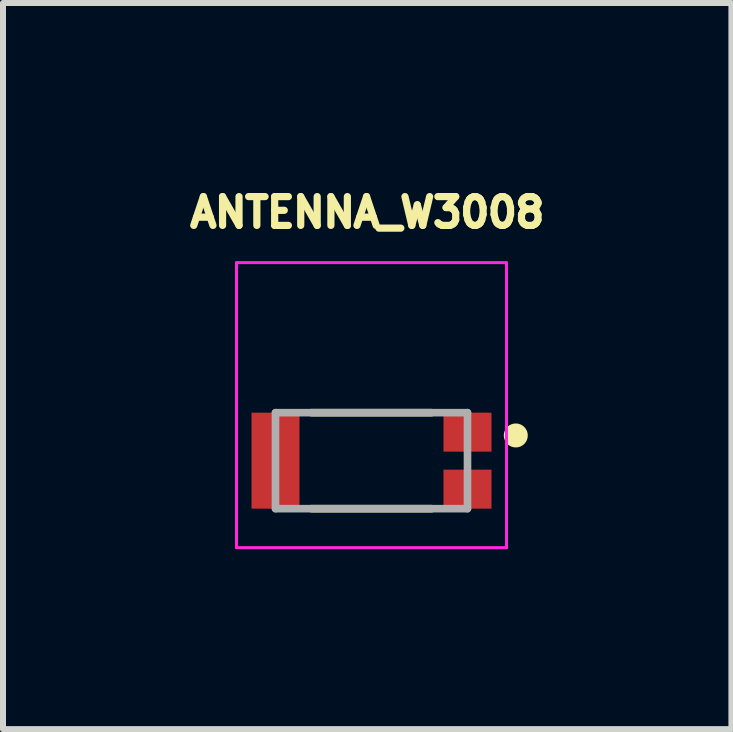
<source format=kicad_pcb>
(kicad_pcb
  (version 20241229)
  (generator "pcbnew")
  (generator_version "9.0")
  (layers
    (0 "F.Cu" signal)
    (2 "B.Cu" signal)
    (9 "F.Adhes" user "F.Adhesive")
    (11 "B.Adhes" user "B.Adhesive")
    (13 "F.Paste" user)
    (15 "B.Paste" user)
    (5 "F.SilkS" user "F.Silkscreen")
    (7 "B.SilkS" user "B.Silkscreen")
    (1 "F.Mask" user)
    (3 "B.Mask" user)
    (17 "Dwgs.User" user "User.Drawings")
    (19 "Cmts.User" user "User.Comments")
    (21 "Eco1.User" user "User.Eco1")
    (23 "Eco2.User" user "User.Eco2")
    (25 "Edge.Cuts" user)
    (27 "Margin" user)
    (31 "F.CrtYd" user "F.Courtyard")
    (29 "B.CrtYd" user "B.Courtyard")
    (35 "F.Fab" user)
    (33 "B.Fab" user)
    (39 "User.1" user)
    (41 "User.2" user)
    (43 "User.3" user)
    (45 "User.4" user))
  (footprint "ANTENNA_W3008"
    (layer "F.Cu")
    (at 3.142 4.628)
    (property "Reference" "ANTENNA_W3008" (at -0.071 -4.137 0) (layer "F.SilkS") (effects (font (size 0.48 0.48) (thickness 0.15))))
    (attr smd)
    (fp_line (start -1 -0.8) (end 1 -0.8) (stroke (width 0.127) (type solid)) (layer "F.SilkS"))
    (fp_line (start -1 0.8) (end 1 0.8) (stroke (width 0.127) (type solid)) (layer "F.SilkS"))
    (fp_circle (center 2.405 -0.42) (end 2.505 -0.42) (stroke (width 0.2) (type solid)) (fill no) (layer "F.SilkS"))
    (fp_line (start -2.25 -3.3) (end -2.25 1.45) (stroke (width 0.05) (type solid)) (layer "F.CrtYd"))
    (fp_line (start -2.25 1.45) (end 2.25 1.45) (stroke (width 0.05) (type solid)) (layer "F.CrtYd"))
    (fp_line (start 2.25 -3.3) (end -2.25 -3.3) (stroke (width 0.05) (type solid)) (layer "F.CrtYd"))
    (fp_line (start 2.25 1.45) (end 2.25 -3.3) (stroke (width 0.05) (type solid)) (layer "F.CrtYd"))
    (fp_line (start -1.6 -0.8) (end 1.6 -0.8) (stroke (width 0.127) (type solid)) (layer "F.Fab"))
    (fp_line (start -1.6 0.8) (end -1.6 -0.8) (stroke (width 0.127) (type solid)) (layer "F.Fab"))
    (fp_line (start 1.6 -0.8) (end 1.6 0.8) (stroke (width 0.127) (type solid)) (layer "F.Fab"))
    (fp_line (start 1.6 0.8) (end -1.6 0.8) (stroke (width 0.127) (type solid)) (layer "F.Fab"))
    (pad "FEED" smd rect (at 1.6 -0.475) (size 0.8 0.65) (layers "F.Cu" "F.Mask" "F.Paste"))
    (pad "G1" smd rect (at 1.6 0.475) (size 0.8 0.65) (layers "F.Cu" "F.Mask" "F.Paste"))
    (pad "G2" smd rect (at -1.6 0) (size 0.8 1.6) (layers "F.Cu" "F.Mask" "F.Paste"))
    (zone (net_name "") (layer "F.Cu") (hatch full 0.508) (connect_pads) (min_thickness 0.127) (filled_areas_thickness no) (keepout (tracks not_allowed) (vias not_allowed) (pads not_allowed) (copperpour not_allowed) (footprints allowed)) (placement (enabled no)) (fill) (polygon (pts (xy 1.142 5.828) (xy 5.142 5.828) (xy 5.142 5.553) (xy 4.242 5.553) (xy 4.242 3.653) (xy 5.142 3.653) (xy 5.142 1.578) (xy 1.142 1.578) (xy 1.142 3.753) (xy 2.042 3.753) (xy 2.042 5.553) (xy 1.142 5.553))))
    (zone (net_name "") (layer "B.Cu") (hatch full 0.508) (connect_pads) (min_thickness 0.127) (filled_areas_thickness no) (keepout (tracks not_allowed) (vias not_allowed) (pads not_allowed) (copperpour not_allowed) (footprints allowed)) (placement (enabled no)) (fill) (polygon (pts (xy 1.142 5.828) (xy 1.142 5.553) (xy 2.042 5.553) (xy 2.042 3.753) (xy 1.142 3.753) (xy 1.142 1.578) (xy 5.142 1.578) (xy 5.142 3.653) (xy 4.242 3.653) (xy 4.242 5.553) (xy 5.142 5.553) (xy 5.142 5.828)))))
  (gr_rect
    (start -3 -3)
    (end 9.141 9.103)
    (stroke (width 0.1) (type default))
    (fill no)
    (layer "Edge.Cuts")))
</source>
